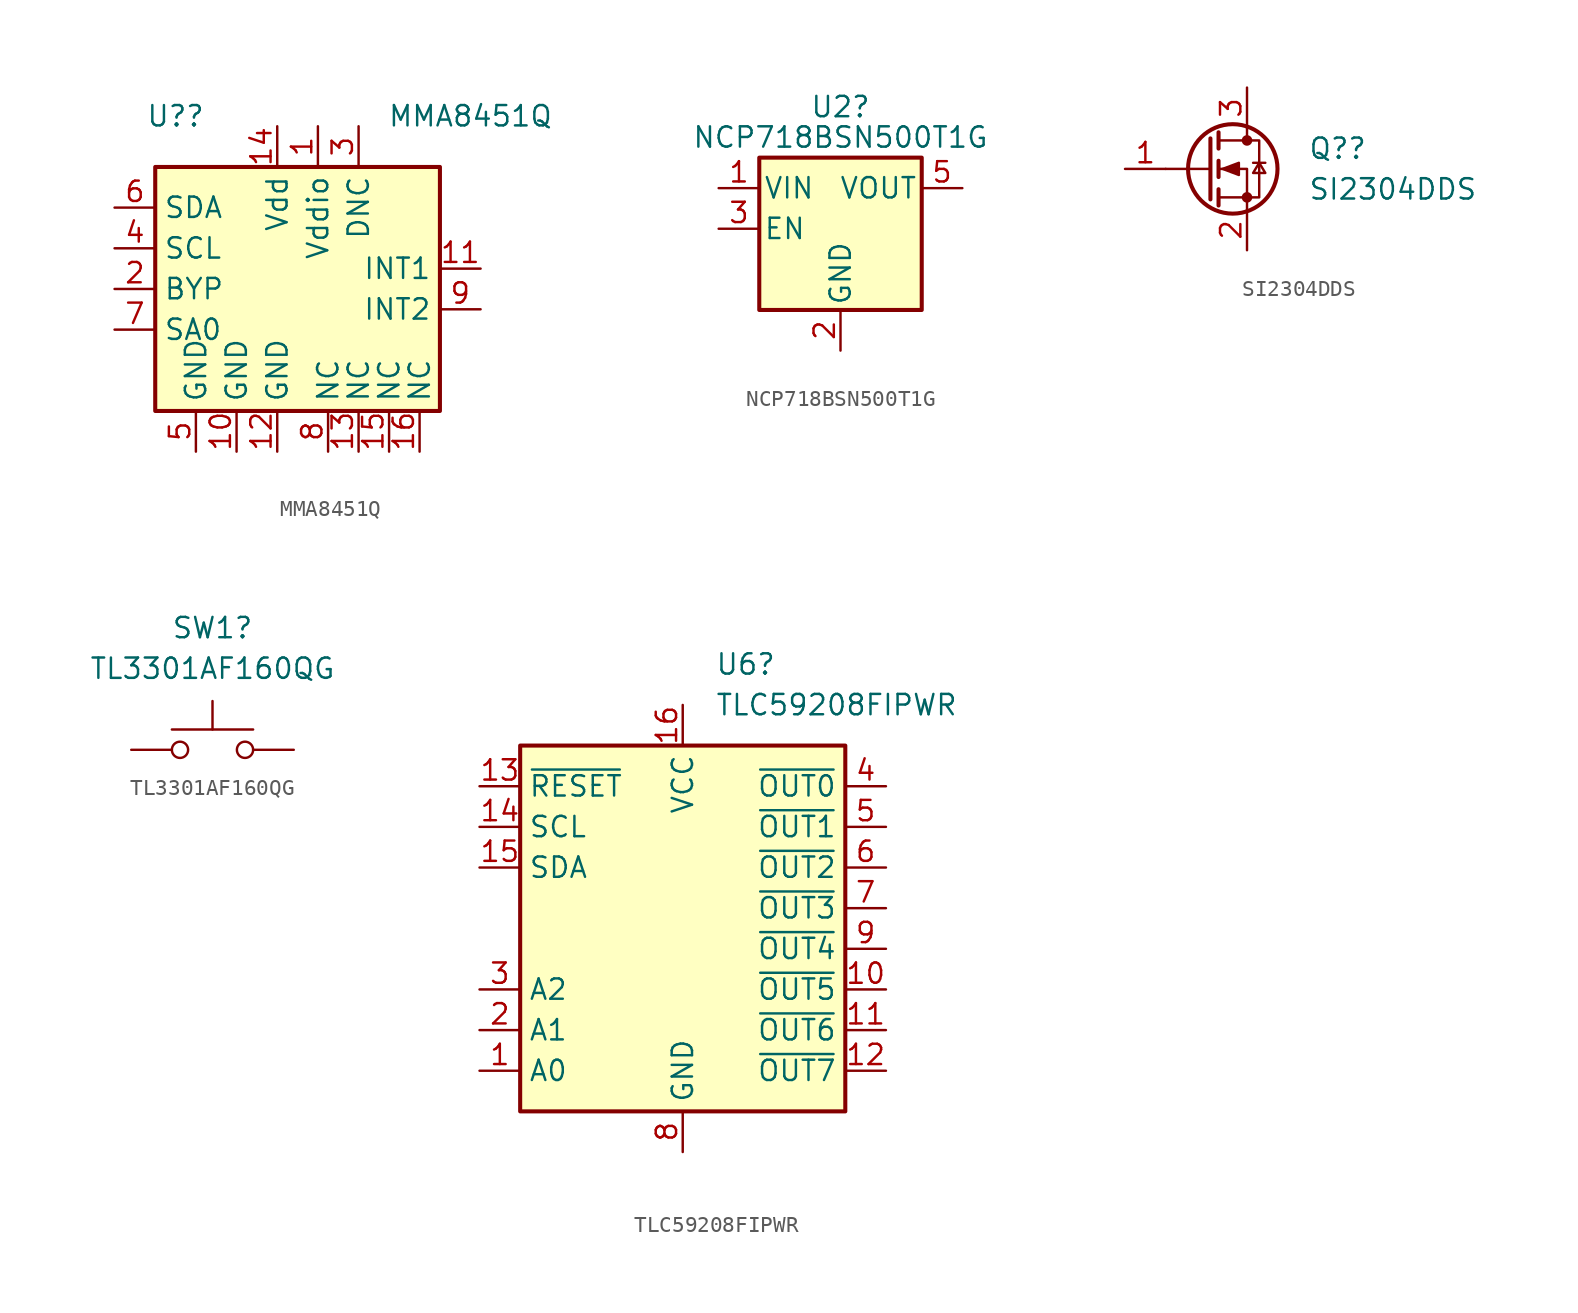
<source format=kicad_sym>
(kicad_symbol_lib
  (version 20211014)
  (generator kicad_symbol_editor)
  (symbol "MMA8451Q"
    (property "Reference" "U?"
      (at -6.35 10.795 0)
      (effects (font (size 1.27 1.27))))
    (property "Value" "MMA8451Q"
      (at 12.065 10.795 0)
      (effects (font (size 1.27 1.27))))
    (symbol "MMA8451Q_0_1"
      (rectangle (start -7.62 7.62) (end 10.16 -7.62) (stroke (width 0.254) (type default) (color 0 0 0 0)) (fill (type background))))
    (symbol "MMA8451Q_1_1"
      (pin power_in line (at 2.54 10.16 270) (length 2.54) (name "Vddio" (effects (font (size 1.27 1.27)))) (number "1" (effects (font (size 1.27 1.27)))))
      (pin power_in line (at -2.54 -10.16 90) (length 2.54) (name "GND" (effects (font (size 1.27 1.27)))) (number "10" (effects (font (size 1.27 1.27)))))
      (pin output line (at 12.7 1.27 180) (length 2.54) (name "INT1" (effects (font (size 1.27 1.27)))) (number "11" (effects (font (size 1.27 1.27)))))
      (pin power_in line (at 0 -10.16 90) (length 2.54) (name "GND" (effects (font (size 1.27 1.27)))) (number "12" (effects (font (size 1.27 1.27)))))
      (pin input line (at 5.08 -10.16 90) (length 2.54) (name "NC" (effects (font (size 1.27 1.27)))) (number "13" (effects (font (size 1.27 1.27)))))
      (pin power_in line (at 0 10.16 270) (length 2.54) (name "Vdd" (effects (font (size 1.27 1.27)))) (number "14" (effects (font (size 1.27 1.27)))))
      (pin input line (at 6.985 -10.16 90) (length 2.54) (name "NC" (effects (font (size 1.27 1.27)))) (number "15" (effects (font (size 1.27 1.27)))))
      (pin input line (at 8.89 -10.16 90) (length 2.54) (name "NC" (effects (font (size 1.27 1.27)))) (number "16" (effects (font (size 1.27 1.27)))))
      (pin input line (at -10.16 0 0) (length 2.54) (name "BYP" (effects (font (size 1.27 1.27)))) (number "2" (effects (font (size 1.27 1.27)))))
      (pin input line (at 5.08 10.16 270) (length 2.54) (name "DNC" (effects (font (size 1.27 1.27)))) (number "3" (effects (font (size 1.27 1.27)))))
      (pin input line (at -10.16 2.54 0) (length 2.54) (name "SCL" (effects (font (size 1.27 1.27)))) (number "4" (effects (font (size 1.27 1.27)))))
      (pin power_in line (at -5.08 -10.16 90) (length 2.54) (name "GND" (effects (font (size 1.27 1.27)))) (number "5" (effects (font (size 1.27 1.27)))))
      (pin input line (at -10.16 5.08 0) (length 2.54) (name "SDA" (effects (font (size 1.27 1.27)))) (number "6" (effects (font (size 1.27 1.27)))))
      (pin input line (at -10.16 -2.54 0) (length 2.54) (name "SA0" (effects (font (size 1.27 1.27)))) (number "7" (effects (font (size 1.27 1.27)))))
      (pin input line (at 3.175 -10.16 90) (length 2.54) (name "NC" (effects (font (size 1.27 1.27)))) (number "8" (effects (font (size 1.27 1.27)))))
      (pin output line (at 12.7 -1.27 180) (length 2.54) (name "INT2" (effects (font (size 1.27 1.27)))) (number "9" (effects (font (size 1.27 1.27)))))))
  (symbol "NCP718BSN500T1G"
    (pin_names
      (offset 0.254))
    (property "Reference" "U2"
      (at 0 7.62 0)
      (effects (font (size 1.27 1.27))))
    (property "Value" "NCP718BSN500T1G"
      (at 0 5.715 0)
      (effects (font (size 1.27 1.27))))
    (symbol "NCP718BSN500T1G_0_1"
      (rectangle (start -5.08 4.445) (end 5.08 -5.08) (stroke (width 0.254) (type default) (color 0 0 0 0)) (fill (type background))))
    (symbol "NCP718BSN500T1G_1_1"
      (pin power_in line (at -7.62 2.54 0) (length 2.54) (name "VIN" (effects (font (size 1.27 1.27)))) (number "1" (effects (font (size 1.27 1.27)))))
      (pin power_in line (at 0 -7.62 90) (length 2.54) (name "GND" (effects (font (size 1.27 1.27)))) (number "2" (effects (font (size 1.27 1.27)))))
      (pin input line (at -7.62 0 0) (length 2.54) (name "EN" (effects (font (size 1.27 1.27)))) (number "3" (effects (font (size 1.27 1.27)))))
      (pin no_connect line (at 5.08 0 180) (length 2.54) hide (name "NC" (effects (font (size 1.27 1.27)))) (number "4" (effects (font (size 1.27 1.27)))))
      (pin power_out line (at 7.62 2.54 180) (length 2.54) (name "VOUT" (effects (font (size 1.27 1.27)))) (number "5" (effects (font (size 1.27 1.27)))))))
  (symbol "SI2304DDS"
    (pin_names hide)
    (property "Reference" "Q?"
      (at 6.35 1.27 0)
      (effects (font (size 1.27 1.27)) (justify left)))
    (property "Value" "SI2304DDS"
      (at 6.35 -1.27 0)
      (effects (font (size 1.27 1.27)) (justify left)))
    (symbol "SI2304DDS_0_1"
      (polyline (pts (xy 0.254 0) (xy -2.54 0)) (stroke (width 0) (type default) (color 0 0 0 0)) (fill (type none)))
      (polyline (pts (xy 0.254 1.905) (xy 0.254 -1.905)) (stroke (width 0.254) (type default) (color 0 0 0 0)) (fill (type none)))
      (polyline (pts (xy 0.762 -1.27) (xy 0.762 -2.286)) (stroke (width 0.254) (type default) (color 0 0 0 0)) (fill (type none)))
      (polyline (pts (xy 0.762 0.508) (xy 0.762 -0.508)) (stroke (width 0.254) (type default) (color 0 0 0 0)) (fill (type none)))
      (polyline (pts (xy 0.762 2.286) (xy 0.762 1.27)) (stroke (width 0.254) (type default) (color 0 0 0 0)) (fill (type none)))
      (polyline (pts (xy 2.54 2.54) (xy 2.54 1.778)) (stroke (width 0) (type default) (color 0 0 0 0)) (fill (type none)))
      (polyline (pts (xy 2.921 0.381) (xy 3.683 0.381)) (stroke (width 0) (type default) (color 0 0 0 0)) (fill (type none)))
      (polyline (pts (xy 2.54 -2.54) (xy 2.54 0) (xy 0.762 0)) (stroke (width 0) (type default) (color 0 0 0 0)) (fill (type none)))
      (polyline (pts (xy 0.762 -1.778) (xy 3.302 -1.778) (xy 3.302 1.778) (xy 0.762 1.778)) (stroke (width 0) (type default) (color 0 0 0 0)) (fill (type none)))
      (polyline (pts (xy 1.016 0) (xy 2.032 0.381) (xy 2.032 -0.381) (xy 1.016 0)) (stroke (width 0) (type default) (color 0 0 0 0)) (fill (type outline)))
      (polyline (pts (xy 3.302 0.381) (xy 2.921 -0.254) (xy 3.683 -0.254) (xy 3.302 0.381)) (stroke (width 0) (type default) (color 0 0 0 0)) (fill (type none)))
      (circle (center 1.651 0) (radius 2.794) (stroke (width 0.254) (type default) (color 0 0 0 0)) (fill (type none)))
      (circle (center 2.54 -1.778) (radius 0.254) (stroke (width 0) (type default) (color 0 0 0 0)) (fill (type outline)))
      (circle (center 2.54 1.778) (radius 0.254) (stroke (width 0) (type default) (color 0 0 0 0)) (fill (type outline))))
    (symbol "SI2304DDS_1_1"
      (pin input line (at -5.08 0 0) (length 2.54) (name "G" (effects (font (size 1.27 1.27)))) (number "1" (effects (font (size 1.27 1.27)))))
      (pin passive line (at 2.54 -5.08 90) (length 2.54) (name "S" (effects (font (size 1.27 1.27)))) (number "2" (effects (font (size 1.27 1.27)))))
      (pin passive line (at 2.54 5.08 270) (length 2.54) (name "D" (effects (font (size 1.27 1.27)))) (number "3" (effects (font (size 1.27 1.27)))))))
  (symbol "TL3301AF160QG"
    (pin_numbers hide)
    (pin_names
      (offset 1.016) hide)
    (property "Reference" "SW1"
      (at 0 7.62 0)
      (effects (font (size 1.27 1.27))))
    (property "Value" "TL3301AF160QG"
      (at 0 5.08 0)
      (effects (font (size 1.27 1.27))))
    (symbol "TL3301AF160QG_0_1"
      (circle (center -2.032 0) (radius 0.508) (stroke (width 0) (type default) (color 0 0 0 0)) (fill (type none)))
      (polyline (pts (xy 0 1.27) (xy 0 3.048)) (stroke (width 0) (type default) (color 0 0 0 0)) (fill (type none)))
      (polyline (pts (xy 2.54 1.27) (xy -2.54 1.27)) (stroke (width 0) (type default) (color 0 0 0 0)) (fill (type none)))
      (circle (center 2.032 0) (radius 0.508) (stroke (width 0) (type default) (color 0 0 0 0)) (fill (type none)))
      (pin passive line (at -5.08 0 0) (length 2.54) (name "A" (effects (font (size 1.27 1.27)))) (number "1" (effects (font (size 1.27 1.27)))))
      (pin passive line (at 5.08 0 180) (length 2.54) (name "B" (effects (font (size 1.27 1.27)))) (number "3" (effects (font (size 1.27 1.27))))))
    (symbol "TL3301AF160QG_1_1"
      (pin passive line (at -5.08 0 0) (length 2.54) hide (name "A" (effects (font (size 1.27 1.27)))) (number "2" (effects (font (size 1.27 1.27)))))
      (pin passive line (at 5.08 0 180) (length 2.54) hide (name "B" (effects (font (size 1.27 1.27)))) (number "4" (effects (font (size 1.27 1.27)))))))
  (symbol "TLC59208FIPWR"
    (property "Reference" "U6"
      (at 2.019 17.78 0)
      (effects (font (size 1.27 1.27)) (justify left)))
    (property "Value" "TLC59208FIPWR"
      (at 2.019 15.24 0)
      (effects (font (size 1.27 1.27)) (justify left)))
    (symbol "TLC59208FIPWR_0_1"
      (rectangle (start -10.16 12.7) (end 10.16 -10.16) (stroke (width 0.254) (type default) (color 0 0 0 0)) (fill (type background))))
    (symbol "TLC59208FIPWR_1_1"
      (pin input line (at -12.7 -7.62 0) (length 2.54) (name "A0" (effects (font (size 1.27 1.27)))) (number "1" (effects (font (size 1.27 1.27)))))
      (pin open_collector line (at 12.7 -2.54 180) (length 2.54) (name "~{OUT5}" (effects (font (size 1.27 1.27)))) (number "10" (effects (font (size 1.27 1.27)))))
      (pin open_collector line (at 12.7 -5.08 180) (length 2.54) (name "~{OUT6}" (effects (font (size 1.27 1.27)))) (number "11" (effects (font (size 1.27 1.27)))))
      (pin open_collector line (at 12.7 -7.62 180) (length 2.54) (name "~{OUT7}" (effects (font (size 1.27 1.27)))) (number "12" (effects (font (size 1.27 1.27)))))
      (pin input line (at -12.7 10.16 0) (length 2.54) (name "~{RESET}" (effects (font (size 1.27 1.27)))) (number "13" (effects (font (size 1.27 1.27)))))
      (pin input line (at -12.7 7.62 0) (length 2.54) (name "SCL" (effects (font (size 1.27 1.27)))) (number "14" (effects (font (size 1.27 1.27)))))
      (pin bidirectional line (at -12.7 5.08 0) (length 2.54) (name "SDA" (effects (font (size 1.27 1.27)))) (number "15" (effects (font (size 1.27 1.27)))))
      (pin power_in line (at 0 15.24 270) (length 2.54) (name "VCC" (effects (font (size 1.27 1.27)))) (number "16" (effects (font (size 1.27 1.27)))))
      (pin input line (at -12.7 -5.08 0) (length 2.54) (name "A1" (effects (font (size 1.27 1.27)))) (number "2" (effects (font (size 1.27 1.27)))))
      (pin input line (at -12.7 -2.54 0) (length 2.54) (name "A2" (effects (font (size 1.27 1.27)))) (number "3" (effects (font (size 1.27 1.27)))))
      (pin open_collector line (at 12.7 10.16 180) (length 2.54) (name "~{OUT0}" (effects (font (size 1.27 1.27)))) (number "4" (effects (font (size 1.27 1.27)))))
      (pin open_collector line (at 12.7 7.62 180) (length 2.54) (name "~{OUT1}" (effects (font (size 1.27 1.27)))) (number "5" (effects (font (size 1.27 1.27)))))
      (pin open_collector line (at 12.7 5.08 180) (length 2.54) (name "~{OUT2}" (effects (font (size 1.27 1.27)))) (number "6" (effects (font (size 1.27 1.27)))))
      (pin open_collector line (at 12.7 2.54 180) (length 2.54) (name "~{OUT3}" (effects (font (size 1.27 1.27)))) (number "7" (effects (font (size 1.27 1.27)))))
      (pin power_in line (at 0 -12.7 90) (length 2.54) (name "GND" (effects (font (size 1.27 1.27)))) (number "8" (effects (font (size 1.27 1.27)))))
      (pin open_collector line (at 12.7 0 180) (length 2.54) (name "~{OUT4}" (effects (font (size 1.27 1.27)))) (number "9" (effects (font (size 1.27 1.27))))))))
</source>
